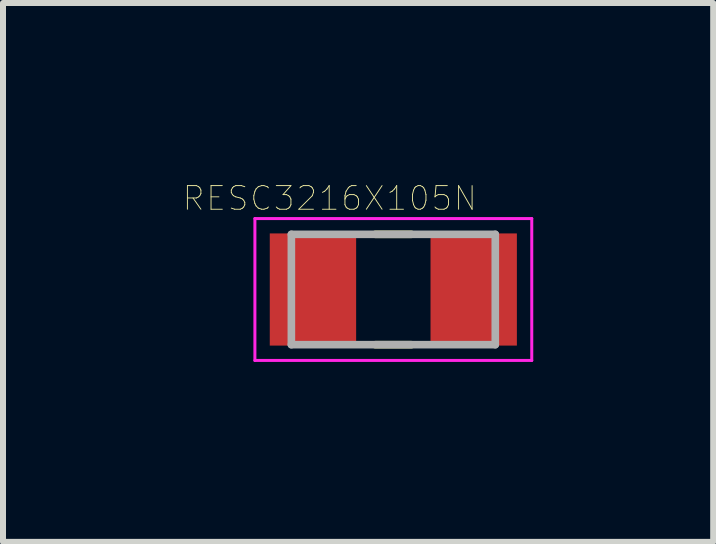
<source format=kicad_pcb>
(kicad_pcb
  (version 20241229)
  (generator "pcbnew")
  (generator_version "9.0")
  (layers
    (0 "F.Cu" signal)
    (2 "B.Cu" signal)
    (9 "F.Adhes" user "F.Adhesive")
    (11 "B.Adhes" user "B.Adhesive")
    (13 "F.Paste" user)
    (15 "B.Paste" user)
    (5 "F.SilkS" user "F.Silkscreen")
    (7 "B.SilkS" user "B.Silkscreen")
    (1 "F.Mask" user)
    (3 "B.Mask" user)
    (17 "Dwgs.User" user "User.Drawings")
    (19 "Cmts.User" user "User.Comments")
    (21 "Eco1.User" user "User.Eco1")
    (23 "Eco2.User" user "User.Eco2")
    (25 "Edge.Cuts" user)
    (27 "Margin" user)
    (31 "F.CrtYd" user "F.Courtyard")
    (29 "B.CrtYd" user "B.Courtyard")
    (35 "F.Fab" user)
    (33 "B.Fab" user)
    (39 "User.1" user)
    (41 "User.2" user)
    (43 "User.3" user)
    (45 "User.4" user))
  (footprint "RESC3216X105N"
    (layer "F.Cu")
    (at 3.508 1.777)
    (property "Reference" "RESC3216X105N" (at -1.06 -1.52 0) (layer "F.SilkS") (effects (font (size 0.394 0.394) (thickness 0.015))))
    (attr through_hole)
    (fp_line (start -0.3 -0.92) (end 0.3 -0.92) (stroke (width 0.127) (type solid)) (layer "F.SilkS"))
    (fp_line (start -0.3 0.92) (end 0.3 0.92) (stroke (width 0.127) (type solid)) (layer "F.SilkS"))
    (fp_line (start -2.308 -1.183) (end 2.308 -1.183) (stroke (width 0.05) (type solid)) (layer "F.CrtYd"))
    (fp_line (start -2.308 1.183) (end -2.308 -1.183) (stroke (width 0.05) (type solid)) (layer "F.CrtYd"))
    (fp_line (start -2.308 1.183) (end 2.308 1.183) (stroke (width 0.05) (type solid)) (layer "F.CrtYd"))
    (fp_line (start 2.308 1.183) (end 2.308 -1.183) (stroke (width 0.05) (type solid)) (layer "F.CrtYd"))
    (fp_line (start -1.7 0.92) (end -1.7 -0.92) (stroke (width 0.127) (type solid)) (layer "F.Fab"))
    (fp_line (start 1.7 -0.92) (end -1.7 -0.92) (stroke (width 0.127) (type solid)) (layer "F.Fab"))
    (fp_line (start 1.7 0.92) (end -1.7 0.92) (stroke (width 0.127) (type solid)) (layer "F.Fab"))
    (fp_line (start 1.7 0.92) (end 1.7 -0.92) (stroke (width 0.127) (type solid)) (layer "F.Fab"))
    (pad "1" smd rect (at -1.34 0) (size 1.44 1.87) (layers "F.Cu" "F.Mask" "F.Paste"))
    (pad "2" smd rect (at 1.34 0) (size 1.44 1.87) (layers "F.Cu" "F.Mask" "F.Paste")))
  (gr_rect
    (start -3 -3)
    (end 8.841 5.985)
    (stroke (width 0.1) (type default))
    (fill no)
    (layer "Edge.Cuts")))
</source>
